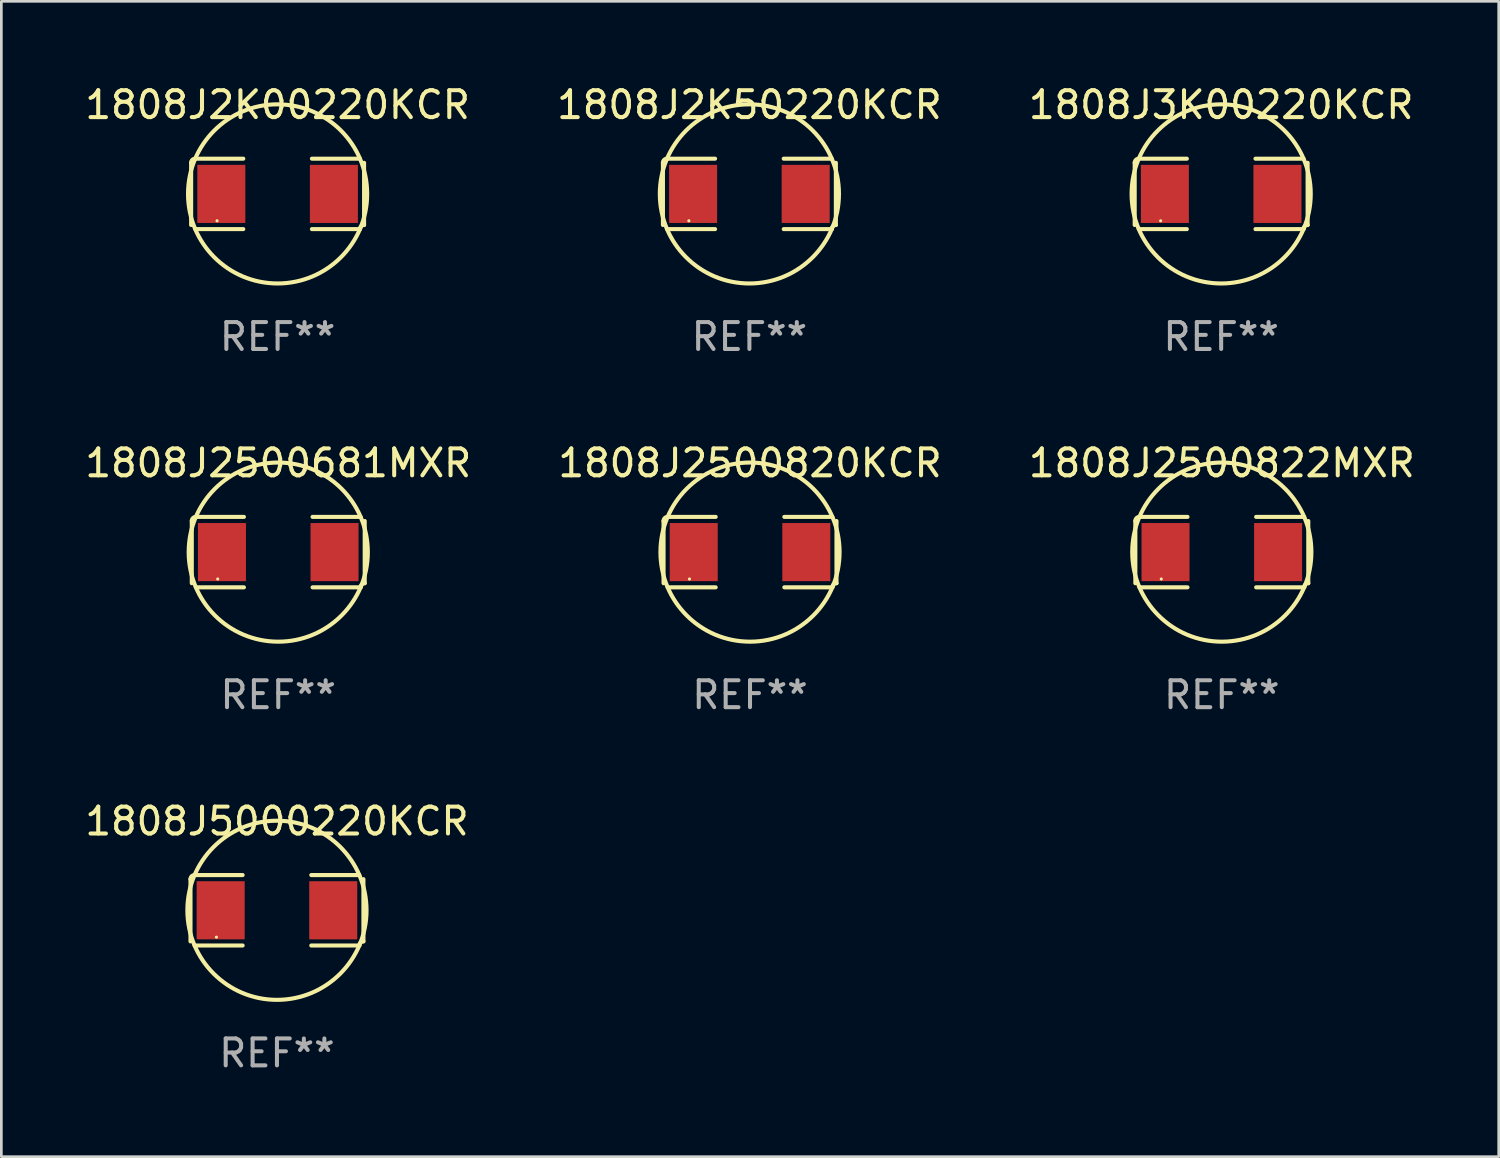
<source format=kicad_pcb>
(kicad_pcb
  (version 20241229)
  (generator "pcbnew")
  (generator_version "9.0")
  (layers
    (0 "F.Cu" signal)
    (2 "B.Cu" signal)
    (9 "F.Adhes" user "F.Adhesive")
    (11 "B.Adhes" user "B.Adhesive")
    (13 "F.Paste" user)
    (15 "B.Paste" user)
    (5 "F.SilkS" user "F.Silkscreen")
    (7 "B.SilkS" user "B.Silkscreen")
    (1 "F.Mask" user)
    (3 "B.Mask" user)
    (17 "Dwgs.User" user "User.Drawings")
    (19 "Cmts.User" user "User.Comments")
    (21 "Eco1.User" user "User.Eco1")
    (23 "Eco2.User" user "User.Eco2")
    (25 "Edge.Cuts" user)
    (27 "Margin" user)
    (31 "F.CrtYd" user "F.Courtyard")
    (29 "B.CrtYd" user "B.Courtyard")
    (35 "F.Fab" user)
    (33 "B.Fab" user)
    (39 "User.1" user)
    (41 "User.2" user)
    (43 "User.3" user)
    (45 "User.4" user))
  (footprint "1808J2500820KCR"
    (layer "F.Cu")
    (at 24.827 17.471)
    (property "Reference" "1808J2500820KCR" (at 0 -3.309 0) (layer "F.SilkS") (effects (font (size 1 1) (thickness 0.15))))
    (attr through_hole)
    (fp_line (start -3.214 -1.156) (end -3.214 1.156) (stroke (width 0.152) (type solid)) (layer "F.SilkS"))
    (fp_line (start -3.061 1.309) (end -1.276 1.309) (stroke (width 0.152) (type solid)) (layer "F.SilkS"))
    (fp_line (start -1.276 -1.309) (end -3.061 -1.309) (stroke (width 0.152) (type solid)) (layer "F.SilkS"))
    (fp_line (start 1.276 -1.309) (end 3.061 -1.309) (stroke (width 0.152) (type solid)) (layer "F.SilkS"))
    (fp_line (start 3.061 1.309) (end 1.276 1.309) (stroke (width 0.152) (type solid)) (layer "F.SilkS"))
    (fp_line (start 3.214 -1.156) (end 3.214 1.156) (stroke (width 0.152) (type solid)) (layer "F.SilkS"))
    (fp_arc (start -3.21359 -1.15621) (mid -3.168953 -1.263974) (end -3.061189 -1.308611) (stroke (width 0.1524) (type solid)) (layer "F.SilkS"))
    (fp_arc (start 3.061188 1.308611) (mid 3.105825 1.200847) (end 3.213589 1.15621) (stroke (width 0.1524) (type solid)) (layer "F.SilkS"))
    (fp_arc (start 3.061189 -1.308611) (mid -3.061167 1.308589) (end 3.061189 -1.308611) (stroke (width 0.1524) (type solid)) (layer "F.SilkS"))
    (fp_circle (center -2.25 1) (end -2.22 1) (stroke (width 0.06) (type solid)) (fill no) (layer "F.SilkS"))
    (fp_text user "REF**" (at 0 5.309 0) (layer "F.Fab") (effects (font (size 1 1) (thickness 0.15))))
    (pad "1" smd rect (at -2.092 0) (size 1.785 2.16) (layers "F.Cu" "F.Mask" "F.Paste"))
    (pad "2" smd rect (at 2.092 0) (size 1.785 2.16) (layers "F.Cu" "F.Mask" "F.Paste")))
  (footprint "1808J2500681MXR"
    (layer "F.Cu")
    (at 7.292 17.471)
    (property "Reference" "1808J2500681MXR" (at 0 -3.309 0) (layer "F.SilkS") (effects (font (size 1 1) (thickness 0.15))))
    (attr through_hole)
    (fp_line (start -3.214 -1.156) (end -3.214 1.156) (stroke (width 0.152) (type solid)) (layer "F.SilkS"))
    (fp_line (start -3.061 1.309) (end -1.276 1.309) (stroke (width 0.152) (type solid)) (layer "F.SilkS"))
    (fp_line (start -1.276 -1.309) (end -3.061 -1.309) (stroke (width 0.152) (type solid)) (layer "F.SilkS"))
    (fp_line (start 1.276 -1.309) (end 3.061 -1.309) (stroke (width 0.152) (type solid)) (layer "F.SilkS"))
    (fp_line (start 3.061 1.309) (end 1.276 1.309) (stroke (width 0.152) (type solid)) (layer "F.SilkS"))
    (fp_line (start 3.214 -1.156) (end 3.214 1.156) (stroke (width 0.152) (type solid)) (layer "F.SilkS"))
    (fp_arc (start -3.21359 -1.15621) (mid -3.168953 -1.263974) (end -3.061189 -1.308611) (stroke (width 0.1524) (type solid)) (layer "F.SilkS"))
    (fp_arc (start 3.061188 1.308611) (mid 3.105825 1.200847) (end 3.213589 1.15621) (stroke (width 0.1524) (type solid)) (layer "F.SilkS"))
    (fp_arc (start 3.061189 -1.308611) (mid -3.061167 1.308589) (end 3.061189 -1.308611) (stroke (width 0.1524) (type solid)) (layer "F.SilkS"))
    (fp_circle (center -2.25 1) (end -2.22 1) (stroke (width 0.06) (type solid)) (fill no) (layer "F.SilkS"))
    (fp_text user "REF**" (at 0 5.309 0) (layer "F.Fab") (effects (font (size 1 1) (thickness 0.15))))
    (pad "1" smd rect (at -2.092 0) (size 1.785 2.16) (layers "F.Cu" "F.Mask" "F.Paste"))
    (pad "2" smd rect (at 2.092 0) (size 1.785 2.16) (layers "F.Cu" "F.Mask" "F.Paste")))
  (footprint "1808J2500822MXR"
    (layer "F.Cu")
    (at 42.363 17.471)
    (property "Reference" "1808J2500822MXR" (at 0 -3.309 0) (layer "F.SilkS") (effects (font (size 1 1) (thickness 0.15))))
    (attr through_hole)
    (fp_line (start -3.214 -1.156) (end -3.214 1.156) (stroke (width 0.152) (type solid)) (layer "F.SilkS"))
    (fp_line (start -3.061 1.309) (end -1.276 1.309) (stroke (width 0.152) (type solid)) (layer "F.SilkS"))
    (fp_line (start -1.276 -1.309) (end -3.061 -1.309) (stroke (width 0.152) (type solid)) (layer "F.SilkS"))
    (fp_line (start 1.276 -1.309) (end 3.061 -1.309) (stroke (width 0.152) (type solid)) (layer "F.SilkS"))
    (fp_line (start 3.061 1.309) (end 1.276 1.309) (stroke (width 0.152) (type solid)) (layer "F.SilkS"))
    (fp_line (start 3.214 -1.156) (end 3.214 1.156) (stroke (width 0.152) (type solid)) (layer "F.SilkS"))
    (fp_arc (start -3.21359 -1.15621) (mid -3.168953 -1.263974) (end -3.061189 -1.308611) (stroke (width 0.1524) (type solid)) (layer "F.SilkS"))
    (fp_arc (start 3.061188 1.308611) (mid 3.105825 1.200847) (end 3.213589 1.15621) (stroke (width 0.1524) (type solid)) (layer "F.SilkS"))
    (fp_arc (start 3.061189 -1.308611) (mid -3.061167 1.308589) (end 3.061189 -1.308611) (stroke (width 0.1524) (type solid)) (layer "F.SilkS"))
    (fp_circle (center -2.25 1) (end -2.22 1) (stroke (width 0.06) (type solid)) (fill no) (layer "F.SilkS"))
    (fp_text user "REF**" (at 0 5.309 0) (layer "F.Fab") (effects (font (size 1 1) (thickness 0.15))))
    (pad "1" smd rect (at -2.092 0) (size 1.785 2.16) (layers "F.Cu" "F.Mask" "F.Paste"))
    (pad "2" smd rect (at 2.092 0) (size 1.785 2.16) (layers "F.Cu" "F.Mask" "F.Paste")))
  (footprint "1808J3K00220KCR"
    (layer "F.Cu")
    (at 42.339 4.157)
    (property "Reference" "1808J3K00220KCR" (at 0 -3.309 0) (layer "F.SilkS") (effects (font (size 1 1) (thickness 0.15))))
    (attr through_hole)
    (fp_line (start -3.214 -1.156) (end -3.214 1.156) (stroke (width 0.152) (type solid)) (layer "F.SilkS"))
    (fp_line (start -3.061 1.309) (end -1.276 1.309) (stroke (width 0.152) (type solid)) (layer "F.SilkS"))
    (fp_line (start -1.276 -1.309) (end -3.061 -1.309) (stroke (width 0.152) (type solid)) (layer "F.SilkS"))
    (fp_line (start 1.276 -1.309) (end 3.061 -1.309) (stroke (width 0.152) (type solid)) (layer "F.SilkS"))
    (fp_line (start 3.061 1.309) (end 1.276 1.309) (stroke (width 0.152) (type solid)) (layer "F.SilkS"))
    (fp_line (start 3.214 -1.156) (end 3.214 1.156) (stroke (width 0.152) (type solid)) (layer "F.SilkS"))
    (fp_arc (start -3.21359 -1.15621) (mid -3.168953 -1.263974) (end -3.061189 -1.308611) (stroke (width 0.1524) (type solid)) (layer "F.SilkS"))
    (fp_arc (start 3.061188 1.308611) (mid 3.105825 1.200847) (end 3.213589 1.15621) (stroke (width 0.1524) (type solid)) (layer "F.SilkS"))
    (fp_arc (start 3.061189 -1.308611) (mid -3.061167 1.308589) (end 3.061189 -1.308611) (stroke (width 0.1524) (type solid)) (layer "F.SilkS"))
    (fp_circle (center -2.25 1) (end -2.22 1) (stroke (width 0.06) (type solid)) (fill no) (layer "F.SilkS"))
    (fp_text user "REF**" (at 0 5.309 0) (layer "F.Fab") (effects (font (size 1 1) (thickness 0.15))))
    (pad "1" smd rect (at -2.092 0) (size 1.785 2.16) (layers "F.Cu" "F.Mask" "F.Paste"))
    (pad "2" smd rect (at 2.092 0) (size 1.785 2.16) (layers "F.Cu" "F.Mask" "F.Paste")))
  (footprint "1808J2K00220KCR"
    (layer "F.Cu")
    (at 7.268 4.157)
    (property "Reference" "1808J2K00220KCR" (at 0 -3.309 0) (layer "F.SilkS") (effects (font (size 1 1) (thickness 0.15))))
    (attr through_hole)
    (fp_line (start -3.214 -1.156) (end -3.214 1.156) (stroke (width 0.152) (type solid)) (layer "F.SilkS"))
    (fp_line (start -3.061 1.309) (end -1.276 1.309) (stroke (width 0.152) (type solid)) (layer "F.SilkS"))
    (fp_line (start -1.276 -1.309) (end -3.061 -1.309) (stroke (width 0.152) (type solid)) (layer "F.SilkS"))
    (fp_line (start 1.276 -1.309) (end 3.061 -1.309) (stroke (width 0.152) (type solid)) (layer "F.SilkS"))
    (fp_line (start 3.061 1.309) (end 1.276 1.309) (stroke (width 0.152) (type solid)) (layer "F.SilkS"))
    (fp_line (start 3.214 -1.156) (end 3.214 1.156) (stroke (width 0.152) (type solid)) (layer "F.SilkS"))
    (fp_arc (start -3.21359 -1.15621) (mid -3.168953 -1.263974) (end -3.061189 -1.308611) (stroke (width 0.1524) (type solid)) (layer "F.SilkS"))
    (fp_arc (start 3.061188 1.308611) (mid 3.105825 1.200847) (end 3.213589 1.15621) (stroke (width 0.1524) (type solid)) (layer "F.SilkS"))
    (fp_arc (start 3.061189 -1.308611) (mid -3.061167 1.308589) (end 3.061189 -1.308611) (stroke (width 0.1524) (type solid)) (layer "F.SilkS"))
    (fp_circle (center -2.25 1) (end -2.22 1) (stroke (width 0.06) (type solid)) (fill no) (layer "F.SilkS"))
    (fp_text user "REF**" (at 0 5.309 0) (layer "F.Fab") (effects (font (size 1 1) (thickness 0.15))))
    (pad "1" smd rect (at -2.092 0) (size 1.785 2.16) (layers "F.Cu" "F.Mask" "F.Paste"))
    (pad "2" smd rect (at 2.092 0) (size 1.785 2.16) (layers "F.Cu" "F.Mask" "F.Paste")))
  (footprint "1808J2K50220KCR"
    (layer "F.Cu")
    (at 24.804 4.157)
    (property "Reference" "1808J2K50220KCR" (at 0 -3.309 0) (layer "F.SilkS") (effects (font (size 1 1) (thickness 0.15))))
    (attr through_hole)
    (fp_line (start -3.214 -1.156) (end -3.214 1.156) (stroke (width 0.152) (type solid)) (layer "F.SilkS"))
    (fp_line (start -3.061 1.309) (end -1.276 1.309) (stroke (width 0.152) (type solid)) (layer "F.SilkS"))
    (fp_line (start -1.276 -1.309) (end -3.061 -1.309) (stroke (width 0.152) (type solid)) (layer "F.SilkS"))
    (fp_line (start 1.276 -1.309) (end 3.061 -1.309) (stroke (width 0.152) (type solid)) (layer "F.SilkS"))
    (fp_line (start 3.061 1.309) (end 1.276 1.309) (stroke (width 0.152) (type solid)) (layer "F.SilkS"))
    (fp_line (start 3.214 -1.156) (end 3.214 1.156) (stroke (width 0.152) (type solid)) (layer "F.SilkS"))
    (fp_arc (start -3.21359 -1.15621) (mid -3.168953 -1.263974) (end -3.061189 -1.308611) (stroke (width 0.1524) (type solid)) (layer "F.SilkS"))
    (fp_arc (start 3.061188 1.308611) (mid 3.105825 1.200847) (end 3.213589 1.15621) (stroke (width 0.1524) (type solid)) (layer "F.SilkS"))
    (fp_arc (start 3.061189 -1.308611) (mid -3.061167 1.308589) (end 3.061189 -1.308611) (stroke (width 0.1524) (type solid)) (layer "F.SilkS"))
    (fp_circle (center -2.25 1) (end -2.22 1) (stroke (width 0.06) (type solid)) (fill no) (layer "F.SilkS"))
    (fp_text user "REF**" (at 0 5.309 0) (layer "F.Fab") (effects (font (size 1 1) (thickness 0.15))))
    (pad "1" smd rect (at -2.092 0) (size 1.785 2.16) (layers "F.Cu" "F.Mask" "F.Paste"))
    (pad "2" smd rect (at 2.092 0) (size 1.785 2.16) (layers "F.Cu" "F.Mask" "F.Paste")))
  (footprint "1808J5000220KCR"
    (layer "F.Cu")
    (at 7.244 30.784)
    (property "Reference" "1808J5000220KCR" (at 0 -3.309 0) (layer "F.SilkS") (effects (font (size 1 1) (thickness 0.15))))
    (attr through_hole)
    (fp_line (start -3.214 -1.156) (end -3.214 1.156) (stroke (width 0.152) (type solid)) (layer "F.SilkS"))
    (fp_line (start -3.061 1.309) (end -1.276 1.309) (stroke (width 0.152) (type solid)) (layer "F.SilkS"))
    (fp_line (start -1.276 -1.309) (end -3.061 -1.309) (stroke (width 0.152) (type solid)) (layer "F.SilkS"))
    (fp_line (start 1.276 -1.309) (end 3.061 -1.309) (stroke (width 0.152) (type solid)) (layer "F.SilkS"))
    (fp_line (start 3.061 1.309) (end 1.276 1.309) (stroke (width 0.152) (type solid)) (layer "F.SilkS"))
    (fp_line (start 3.214 -1.156) (end 3.214 1.156) (stroke (width 0.152) (type solid)) (layer "F.SilkS"))
    (fp_arc (start -3.21359 -1.15621) (mid -3.168953 -1.263974) (end -3.061189 -1.308611) (stroke (width 0.1524) (type solid)) (layer "F.SilkS"))
    (fp_arc (start 3.061188 1.308611) (mid 3.105825 1.200847) (end 3.213589 1.15621) (stroke (width 0.1524) (type solid)) (layer "F.SilkS"))
    (fp_arc (start 3.061189 -1.308611) (mid -3.061167 1.308589) (end 3.061189 -1.308611) (stroke (width 0.1524) (type solid)) (layer "F.SilkS"))
    (fp_circle (center -2.25 1) (end -2.22 1) (stroke (width 0.06) (type solid)) (fill no) (layer "F.SilkS"))
    (fp_text user "REF**" (at 0 5.309 0) (layer "F.Fab") (effects (font (size 1 1) (thickness 0.15))))
    (pad "1" smd rect (at -2.092 0) (size 1.785 2.16) (layers "F.Cu" "F.Mask" "F.Paste"))
    (pad "2" smd rect (at 2.092 0) (size 1.785 2.16) (layers "F.Cu" "F.Mask" "F.Paste")))
  (gr_rect
    (start -3 -3)
    (end 52.655 39.941)
    (stroke (width 0.1) (type default))
    (fill no)
    (layer "Edge.Cuts")))
</source>
